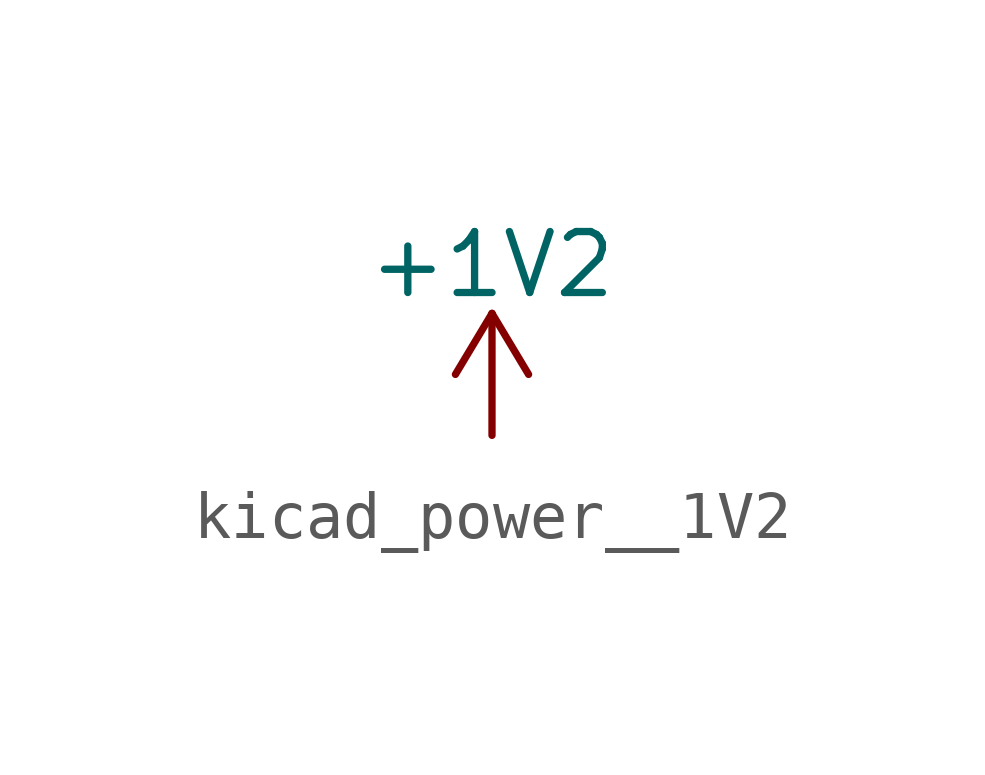
<source format=kicad_sym>
(kicad_symbol_lib
  (version 20220914)
  (generator kicad_symbol_editor)
  (symbol "kicad_power__1V2"
    (power)
    (pin_names
      (offset 0))
    (property "Reference" "#PWR"
      (at 0 -3.81 0)
      (effects (font (size 1.27 1.27)) hide))
    (property "Value" "+1V2"
      (at 0 3.556 0)
      (effects (font (size 1.27 1.27))))
    (symbol "kicad_power__1V2_0_1"
      (polyline (pts (xy -0.762 1.27) (xy 0 2.54)) (stroke (width 0) (type default)) (fill (type none)))
      (polyline (pts (xy 0 0) (xy 0 2.54)) (stroke (width 0) (type default)) (fill (type none)))
      (polyline (pts (xy 0 2.54) (xy 0.762 1.27)) (stroke (width 0) (type default)) (fill (type none))))
    (symbol "kicad_power__1V2_1_1"
      (pin power_in line (at 0 0 90) (length 0) hide (name "+1V2" (effects (font (size 1.27 1.27)))) (number "1" (effects (font (size 1.27 1.27))))))))
</source>
